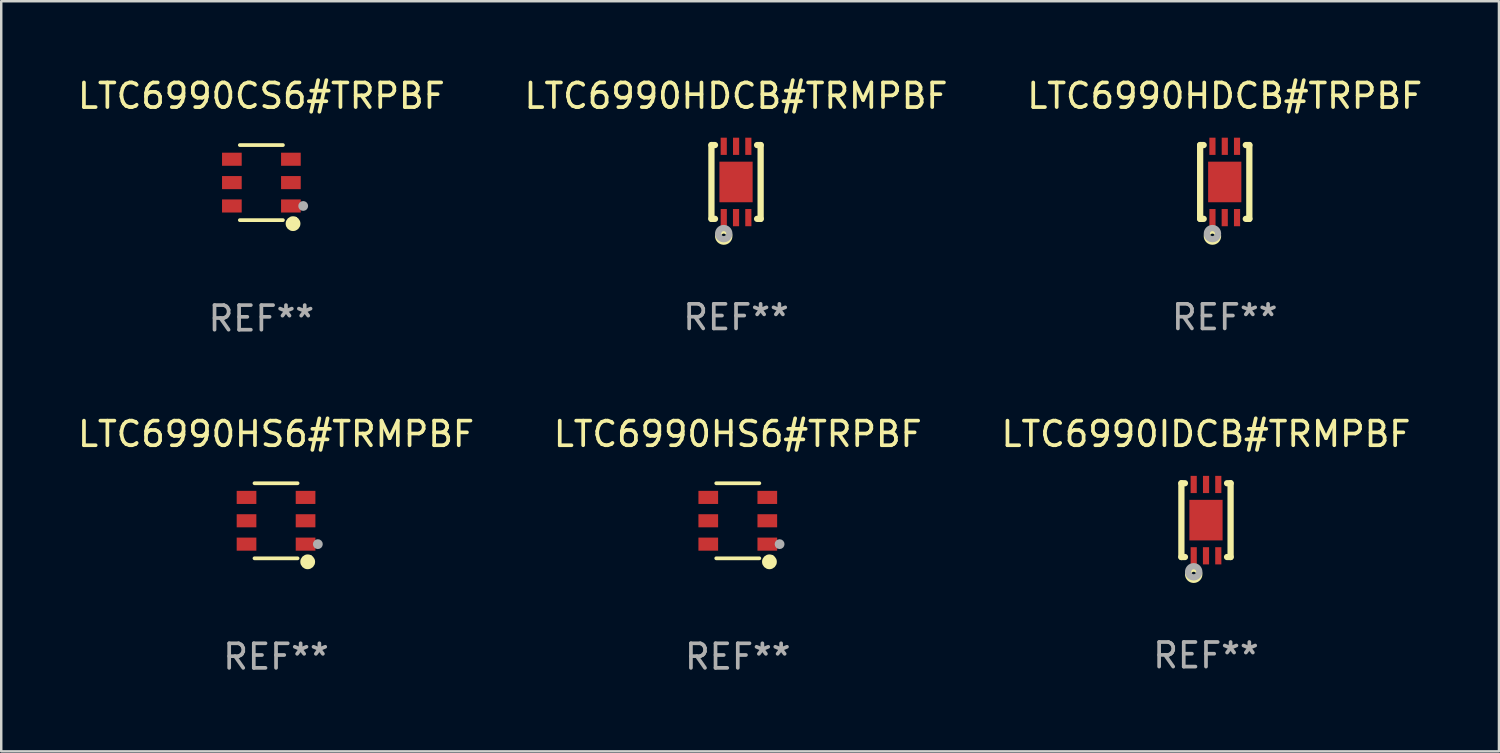
<source format=kicad_pcb>
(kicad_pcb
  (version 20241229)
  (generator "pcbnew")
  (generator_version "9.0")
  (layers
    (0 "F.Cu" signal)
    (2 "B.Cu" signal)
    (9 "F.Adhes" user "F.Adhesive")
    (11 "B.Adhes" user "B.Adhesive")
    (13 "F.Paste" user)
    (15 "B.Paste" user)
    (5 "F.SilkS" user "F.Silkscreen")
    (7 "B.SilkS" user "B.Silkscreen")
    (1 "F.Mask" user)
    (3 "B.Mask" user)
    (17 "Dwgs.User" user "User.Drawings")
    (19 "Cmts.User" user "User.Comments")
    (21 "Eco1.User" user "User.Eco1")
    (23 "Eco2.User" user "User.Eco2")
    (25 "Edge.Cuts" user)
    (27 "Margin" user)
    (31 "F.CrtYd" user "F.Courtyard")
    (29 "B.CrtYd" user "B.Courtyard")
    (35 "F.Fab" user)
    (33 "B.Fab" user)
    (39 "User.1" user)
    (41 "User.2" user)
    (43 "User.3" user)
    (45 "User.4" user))
  (footprint "LTC6990IDCB#TRMPBF"
    (layer "F.Cu")
    (at 45.982 18.097)
    (property "Reference" "LTC6990IDCB#TRMPBF" (at 0 -3.5 0) (layer "F.SilkS") (effects (font (size 1 1) (thickness 0.15))))
    (attr through_hole)
    (fp_line (start -1 1.5) (end -1 -1.5) (stroke (width 0.254) (type solid)) (layer "F.SilkS"))
    (fp_line (start -0.856 -1.5) (end -1 -1.5) (stroke (width 0.254) (type solid)) (layer "F.SilkS"))
    (fp_line (start -0.855 1.5) (end -1 1.5) (stroke (width 0.254) (type solid)) (layer "F.SilkS"))
    (fp_line (start 1 -1.5) (end 0.856 -1.5) (stroke (width 0.254) (type solid)) (layer "F.SilkS"))
    (fp_line (start 1 1.5) (end 0.856 1.5) (stroke (width 0.254) (type solid)) (layer "F.SilkS"))
    (fp_line (start 1 1.5) (end 1 -1.5) (stroke (width 0.254) (type solid)) (layer "F.SilkS"))
    (fp_circle (center -1 1.5) (end -0.97 1.5) (stroke (width 0.06) (type solid)) (fill no) (layer "F.SilkS"))
    (fp_circle (center -0.5 2.2) (end -0.4 2.2) (stroke (width 0.254) (type solid)) (fill no) (layer "F.SilkS"))
    (fp_circle (center -0.5 2.1) (end -0.4 2.1) (stroke (width 0.254) (type solid)) (fill no) (layer "F.Fab"))
    (fp_text user "REF**" (at 0 5.5 0) (layer "F.Fab") (effects (font (size 1 1) (thickness 0.15))))
    (pad "1" smd rect (at -0.499 1.45 180) (size 0.25 0.7) (layers "F.Cu" "F.Mask" "F.Paste"))
    (pad "2" smd rect (at 0.000025 1.45 180) (size 0.25 0.7) (layers "F.Cu" "F.Mask" "F.Paste"))
    (pad "3" smd rect (at 0.5 1.45 180) (size 0.25 0.7) (layers "F.Cu" "F.Mask" "F.Paste"))
    (pad "4" smd rect (at 0.5 -1.45 180) (size 0.25 0.7) (layers "F.Cu" "F.Mask" "F.Paste"))
    (pad "5" smd rect (at 0.002 -1.45 180) (size 0.25 0.7) (layers "F.Cu" "F.Mask" "F.Paste"))
    (pad "6" smd rect (at -0.5 -1.45 180) (size 0.25 0.7) (layers "F.Cu" "F.Mask" "F.Paste"))
    (pad "7" smd rect (at 0.000025 0.000038 180) (size 1.35 1.65) (layers "F.Cu" "F.Mask" "F.Paste")))
  (footprint "LTC6990HS6#TRPBF"
    (layer "F.Cu")
    (at 26.946 18.123)
    (property "Reference" "LTC6990HS6#TRPBF" (at 0 -3.526 0) (layer "F.SilkS") (effects (font (size 1 1) (thickness 0.15))))
    (attr through_hole)
    (fp_line (start 0.876 -1.526) (end -0.876 -1.526) (stroke (width 0.152) (type solid)) (layer "F.SilkS"))
    (fp_line (start 0.876 1.526) (end -0.876 1.526) (stroke (width 0.152) (type solid)) (layer "F.SilkS"))
    (fp_circle (center 1.287 1.669) (end 1.438 1.669) (stroke (width 0.3) (type solid)) (fill no) (layer "F.SilkS"))
    (fp_circle (center 1.4 1.45) (end 1.43 1.45) (stroke (width 0.06) (type solid)) (fill no) (layer "F.SilkS"))
    (fp_circle (center 1.7 0.95) (end 1.8 0.95) (stroke (width 0.2) (type solid)) (fill no) (layer "F.Fab"))
    (fp_text user "REF**" (at 0 5.526 0) (layer "F.Fab") (effects (font (size 1 1) (thickness 0.15))))
    (pad "1" smd rect (at 1.2 0.95) (size 0.8 0.532) (layers "F.Cu" "F.Mask" "F.Paste"))
    (pad "2" smd rect (at 1.2 0) (size 0.8 0.532) (layers "F.Cu" "F.Mask" "F.Paste"))
    (pad "3" smd rect (at 1.2 -0.95) (size 0.8 0.532) (layers "F.Cu" "F.Mask" "F.Paste"))
    (pad "4" smd rect (at -1.2 -0.95) (size 0.8 0.532) (layers "F.Cu" "F.Mask" "F.Paste"))
    (pad "5" smd rect (at -1.2 0) (size 0.8 0.532) (layers "F.Cu" "F.Mask" "F.Paste"))
    (pad "6" smd rect (at -1.2 0.95) (size 0.8 0.532) (layers "F.Cu" "F.Mask" "F.Paste")))
  (footprint "LTC6990HDCB#TRPBF"
    (layer "F.Cu")
    (at 46.744 4.348)
    (property "Reference" "LTC6990HDCB#TRPBF" (at 0 -3.5 0) (layer "F.SilkS") (effects (font (size 1 1) (thickness 0.15))))
    (attr through_hole)
    (fp_line (start -1 1.5) (end -1 -1.5) (stroke (width 0.254) (type solid)) (layer "F.SilkS"))
    (fp_line (start -0.856 -1.5) (end -1 -1.5) (stroke (width 0.254) (type solid)) (layer "F.SilkS"))
    (fp_line (start -0.855 1.5) (end -1 1.5) (stroke (width 0.254) (type solid)) (layer "F.SilkS"))
    (fp_line (start 1 -1.5) (end 0.856 -1.5) (stroke (width 0.254) (type solid)) (layer "F.SilkS"))
    (fp_line (start 1 1.5) (end 0.856 1.5) (stroke (width 0.254) (type solid)) (layer "F.SilkS"))
    (fp_line (start 1 1.5) (end 1 -1.5) (stroke (width 0.254) (type solid)) (layer "F.SilkS"))
    (fp_circle (center -1 1.5) (end -0.97 1.5) (stroke (width 0.06) (type solid)) (fill no) (layer "F.SilkS"))
    (fp_circle (center -0.5 2.2) (end -0.4 2.2) (stroke (width 0.254) (type solid)) (fill no) (layer "F.SilkS"))
    (fp_circle (center -0.5 2.1) (end -0.4 2.1) (stroke (width 0.254) (type solid)) (fill no) (layer "F.Fab"))
    (fp_text user "REF**" (at 0 5.5 0) (layer "F.Fab") (effects (font (size 1 1) (thickness 0.15))))
    (pad "1" smd rect (at -0.499 1.45 180) (size 0.25 0.7) (layers "F.Cu" "F.Mask" "F.Paste"))
    (pad "2" smd rect (at 0.000025 1.45 180) (size 0.25 0.7) (layers "F.Cu" "F.Mask" "F.Paste"))
    (pad "3" smd rect (at 0.5 1.45 180) (size 0.25 0.7) (layers "F.Cu" "F.Mask" "F.Paste"))
    (pad "4" smd rect (at 0.5 -1.45 180) (size 0.25 0.7) (layers "F.Cu" "F.Mask" "F.Paste"))
    (pad "5" smd rect (at 0.002 -1.45 180) (size 0.25 0.7) (layers "F.Cu" "F.Mask" "F.Paste"))
    (pad "6" smd rect (at -0.5 -1.45 180) (size 0.25 0.7) (layers "F.Cu" "F.Mask" "F.Paste"))
    (pad "7" smd rect (at 0.000025 0.000038 180) (size 1.35 1.65) (layers "F.Cu" "F.Mask" "F.Paste")))
  (footprint "LTC6990HDCB#TRMPBF"
    (layer "F.Cu")
    (at 26.875 4.348)
    (property "Reference" "LTC6990HDCB#TRMPBF" (at 0 -3.5 0) (layer "F.SilkS") (effects (font (size 1 1) (thickness 0.15))))
    (attr through_hole)
    (fp_line (start -1 1.5) (end -1 -1.5) (stroke (width 0.254) (type solid)) (layer "F.SilkS"))
    (fp_line (start -0.856 -1.5) (end -1 -1.5) (stroke (width 0.254) (type solid)) (layer "F.SilkS"))
    (fp_line (start -0.855 1.5) (end -1 1.5) (stroke (width 0.254) (type solid)) (layer "F.SilkS"))
    (fp_line (start 1 -1.5) (end 0.856 -1.5) (stroke (width 0.254) (type solid)) (layer "F.SilkS"))
    (fp_line (start 1 1.5) (end 0.856 1.5) (stroke (width 0.254) (type solid)) (layer "F.SilkS"))
    (fp_line (start 1 1.5) (end 1 -1.5) (stroke (width 0.254) (type solid)) (layer "F.SilkS"))
    (fp_circle (center -1 1.5) (end -0.97 1.5) (stroke (width 0.06) (type solid)) (fill no) (layer "F.SilkS"))
    (fp_circle (center -0.5 2.2) (end -0.4 2.2) (stroke (width 0.254) (type solid)) (fill no) (layer "F.SilkS"))
    (fp_circle (center -0.5 2.1) (end -0.4 2.1) (stroke (width 0.254) (type solid)) (fill no) (layer "F.Fab"))
    (fp_text user "REF**" (at 0 5.5 0) (layer "F.Fab") (effects (font (size 1 1) (thickness 0.15))))
    (pad "1" smd rect (at -0.499 1.45 180) (size 0.25 0.7) (layers "F.Cu" "F.Mask" "F.Paste"))
    (pad "2" smd rect (at 0.000025 1.45 180) (size 0.25 0.7) (layers "F.Cu" "F.Mask" "F.Paste"))
    (pad "3" smd rect (at 0.5 1.45 180) (size 0.25 0.7) (layers "F.Cu" "F.Mask" "F.Paste"))
    (pad "4" smd rect (at 0.5 -1.45 180) (size 0.25 0.7) (layers "F.Cu" "F.Mask" "F.Paste"))
    (pad "5" smd rect (at 0.002 -1.45 180) (size 0.25 0.7) (layers "F.Cu" "F.Mask" "F.Paste"))
    (pad "6" smd rect (at -0.5 -1.45 180) (size 0.25 0.7) (layers "F.Cu" "F.Mask" "F.Paste"))
    (pad "7" smd rect (at 0.000025 0.000038 180) (size 1.35 1.65) (layers "F.Cu" "F.Mask" "F.Paste")))
  (footprint "LTC6990CS6#TRPBF"
    (layer "F.Cu")
    (at 7.577 4.374)
    (property "Reference" "LTC6990CS6#TRPBF" (at 0 -3.526 0) (layer "F.SilkS") (effects (font (size 1 1) (thickness 0.15))))
    (attr through_hole)
    (fp_line (start 0.876 -1.526) (end -0.876 -1.526) (stroke (width 0.152) (type solid)) (layer "F.SilkS"))
    (fp_line (start 0.876 1.526) (end -0.876 1.526) (stroke (width 0.152) (type solid)) (layer "F.SilkS"))
    (fp_circle (center 1.287 1.669) (end 1.438 1.669) (stroke (width 0.3) (type solid)) (fill no) (layer "F.SilkS"))
    (fp_circle (center 1.4 1.45) (end 1.43 1.45) (stroke (width 0.06) (type solid)) (fill no) (layer "F.SilkS"))
    (fp_circle (center 1.7 0.95) (end 1.8 0.95) (stroke (width 0.2) (type solid)) (fill no) (layer "F.Fab"))
    (fp_text user "REF**" (at 0 5.526 0) (layer "F.Fab") (effects (font (size 1 1) (thickness 0.15))))
    (pad "1" smd rect (at 1.2 0.95) (size 0.8 0.532) (layers "F.Cu" "F.Mask" "F.Paste"))
    (pad "2" smd rect (at 1.2 0) (size 0.8 0.532) (layers "F.Cu" "F.Mask" "F.Paste"))
    (pad "3" smd rect (at 1.2 -0.95) (size 0.8 0.532) (layers "F.Cu" "F.Mask" "F.Paste"))
    (pad "4" smd rect (at -1.2 -0.95) (size 0.8 0.532) (layers "F.Cu" "F.Mask" "F.Paste"))
    (pad "5" smd rect (at -1.2 0) (size 0.8 0.532) (layers "F.Cu" "F.Mask" "F.Paste"))
    (pad "6" smd rect (at -1.2 0.95) (size 0.8 0.532) (layers "F.Cu" "F.Mask" "F.Paste")))
  (footprint "LTC6990HS6#TRMPBF"
    (layer "F.Cu")
    (at 8.173 18.123)
    (property "Reference" "LTC6990HS6#TRMPBF" (at 0 -3.526 0) (layer "F.SilkS") (effects (font (size 1 1) (thickness 0.15))))
    (attr through_hole)
    (fp_line (start 0.876 -1.526) (end -0.876 -1.526) (stroke (width 0.152) (type solid)) (layer "F.SilkS"))
    (fp_line (start 0.876 1.526) (end -0.876 1.526) (stroke (width 0.152) (type solid)) (layer "F.SilkS"))
    (fp_circle (center 1.287 1.669) (end 1.438 1.669) (stroke (width 0.3) (type solid)) (fill no) (layer "F.SilkS"))
    (fp_circle (center 1.4 1.45) (end 1.43 1.45) (stroke (width 0.06) (type solid)) (fill no) (layer "F.SilkS"))
    (fp_circle (center 1.7 0.95) (end 1.8 0.95) (stroke (width 0.2) (type solid)) (fill no) (layer "F.Fab"))
    (fp_text user "REF**" (at 0 5.526 0) (layer "F.Fab") (effects (font (size 1 1) (thickness 0.15))))
    (pad "1" smd rect (at 1.2 0.95) (size 0.8 0.532) (layers "F.Cu" "F.Mask" "F.Paste"))
    (pad "2" smd rect (at 1.2 0) (size 0.8 0.532) (layers "F.Cu" "F.Mask" "F.Paste"))
    (pad "3" smd rect (at 1.2 -0.95) (size 0.8 0.532) (layers "F.Cu" "F.Mask" "F.Paste"))
    (pad "4" smd rect (at -1.2 -0.95) (size 0.8 0.532) (layers "F.Cu" "F.Mask" "F.Paste"))
    (pad "5" smd rect (at -1.2 0) (size 0.8 0.532) (layers "F.Cu" "F.Mask" "F.Paste"))
    (pad "6" smd rect (at -1.2 0.95) (size 0.8 0.532) (layers "F.Cu" "F.Mask" "F.Paste")))
  (gr_rect
    (start -3 -3)
    (end 57.893 27.498)
    (stroke (width 0.1) (type default))
    (fill no)
    (layer "Edge.Cuts")))
</source>
